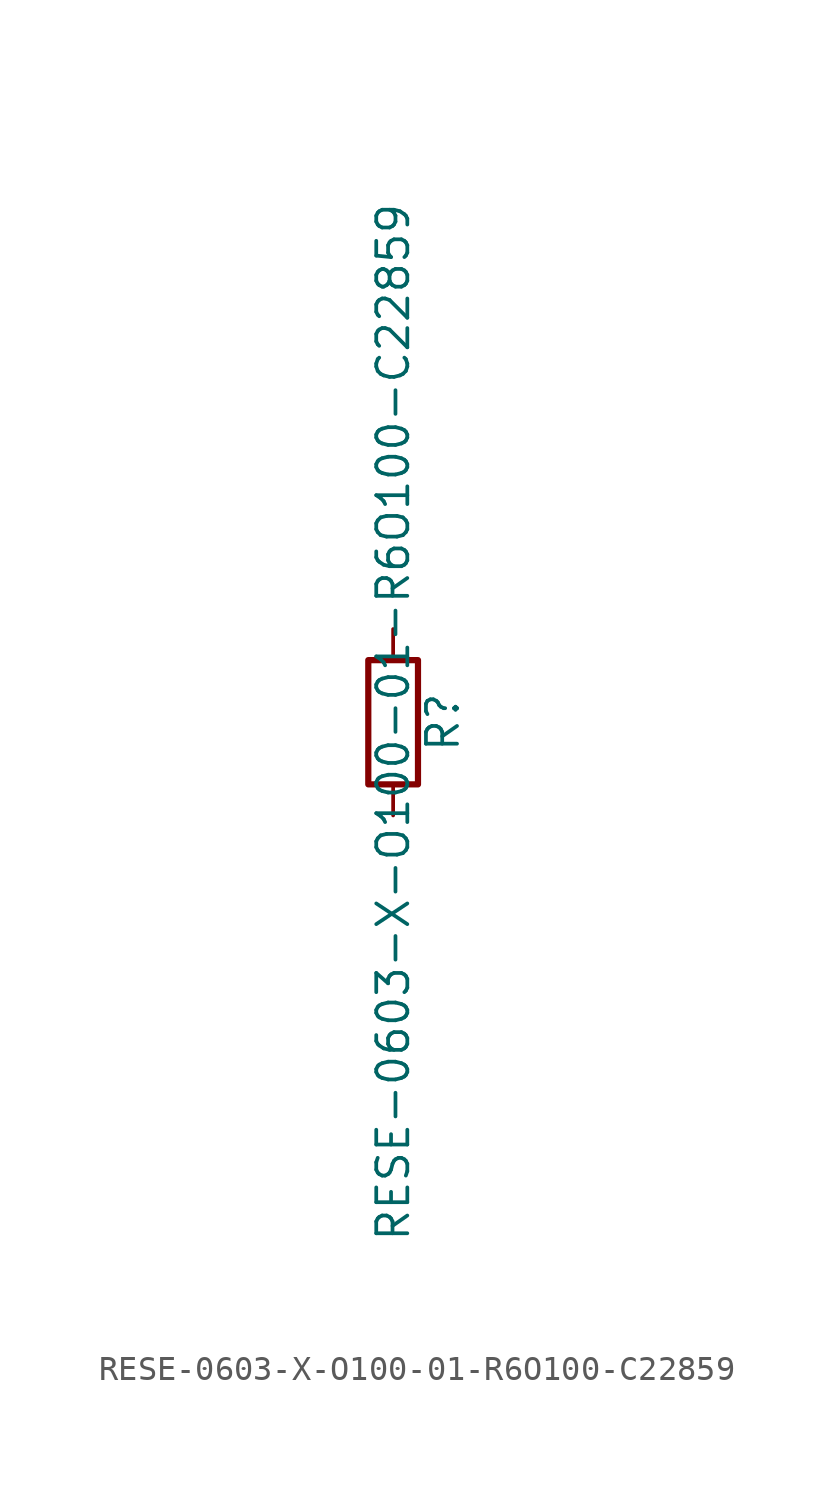
<source format=kicad_sym>
(kicad_symbol_lib
  (version 20211014)
  (generator kicad_symbol_editor)
  (symbol "RESE-0603-X-O100-01-R6O100-C22859"
    (pin_numbers hide)
    (pin_names
      (offset 0))
    (property "Reference" "R"
      (at 2.032 0 90)
      (effects (font (size 1.27 1.27))))
    (property "Value" "RESE-0603-X-O100-01-R6O100-C22859"
      (at 0 0 90)
      (effects (font (size 1.27 1.27))))
    (symbol "RESE-0603-X-O100-01-R6O100-C22859_0_1"
      (rectangle (start -1.016 -2.54) (end 1.016 2.54) (stroke (width 0.254) (type default) (color 0 0 0 0)) (fill (type none))))
    (symbol "RESE-0603-X-O100-01-R6O100-C22859_1_1"
      (pin passive line (at 0 3.81 270) (length 1.27) (name "~" (effects (font (size 1.27 1.27)))) (number "1" (effects (font (size 1.27 1.27)))))
      (pin passive line (at 0 -3.81 90) (length 1.27) (name "~" (effects (font (size 1.27 1.27)))) (number "2" (effects (font (size 1.27 1.27))))))))
</source>
